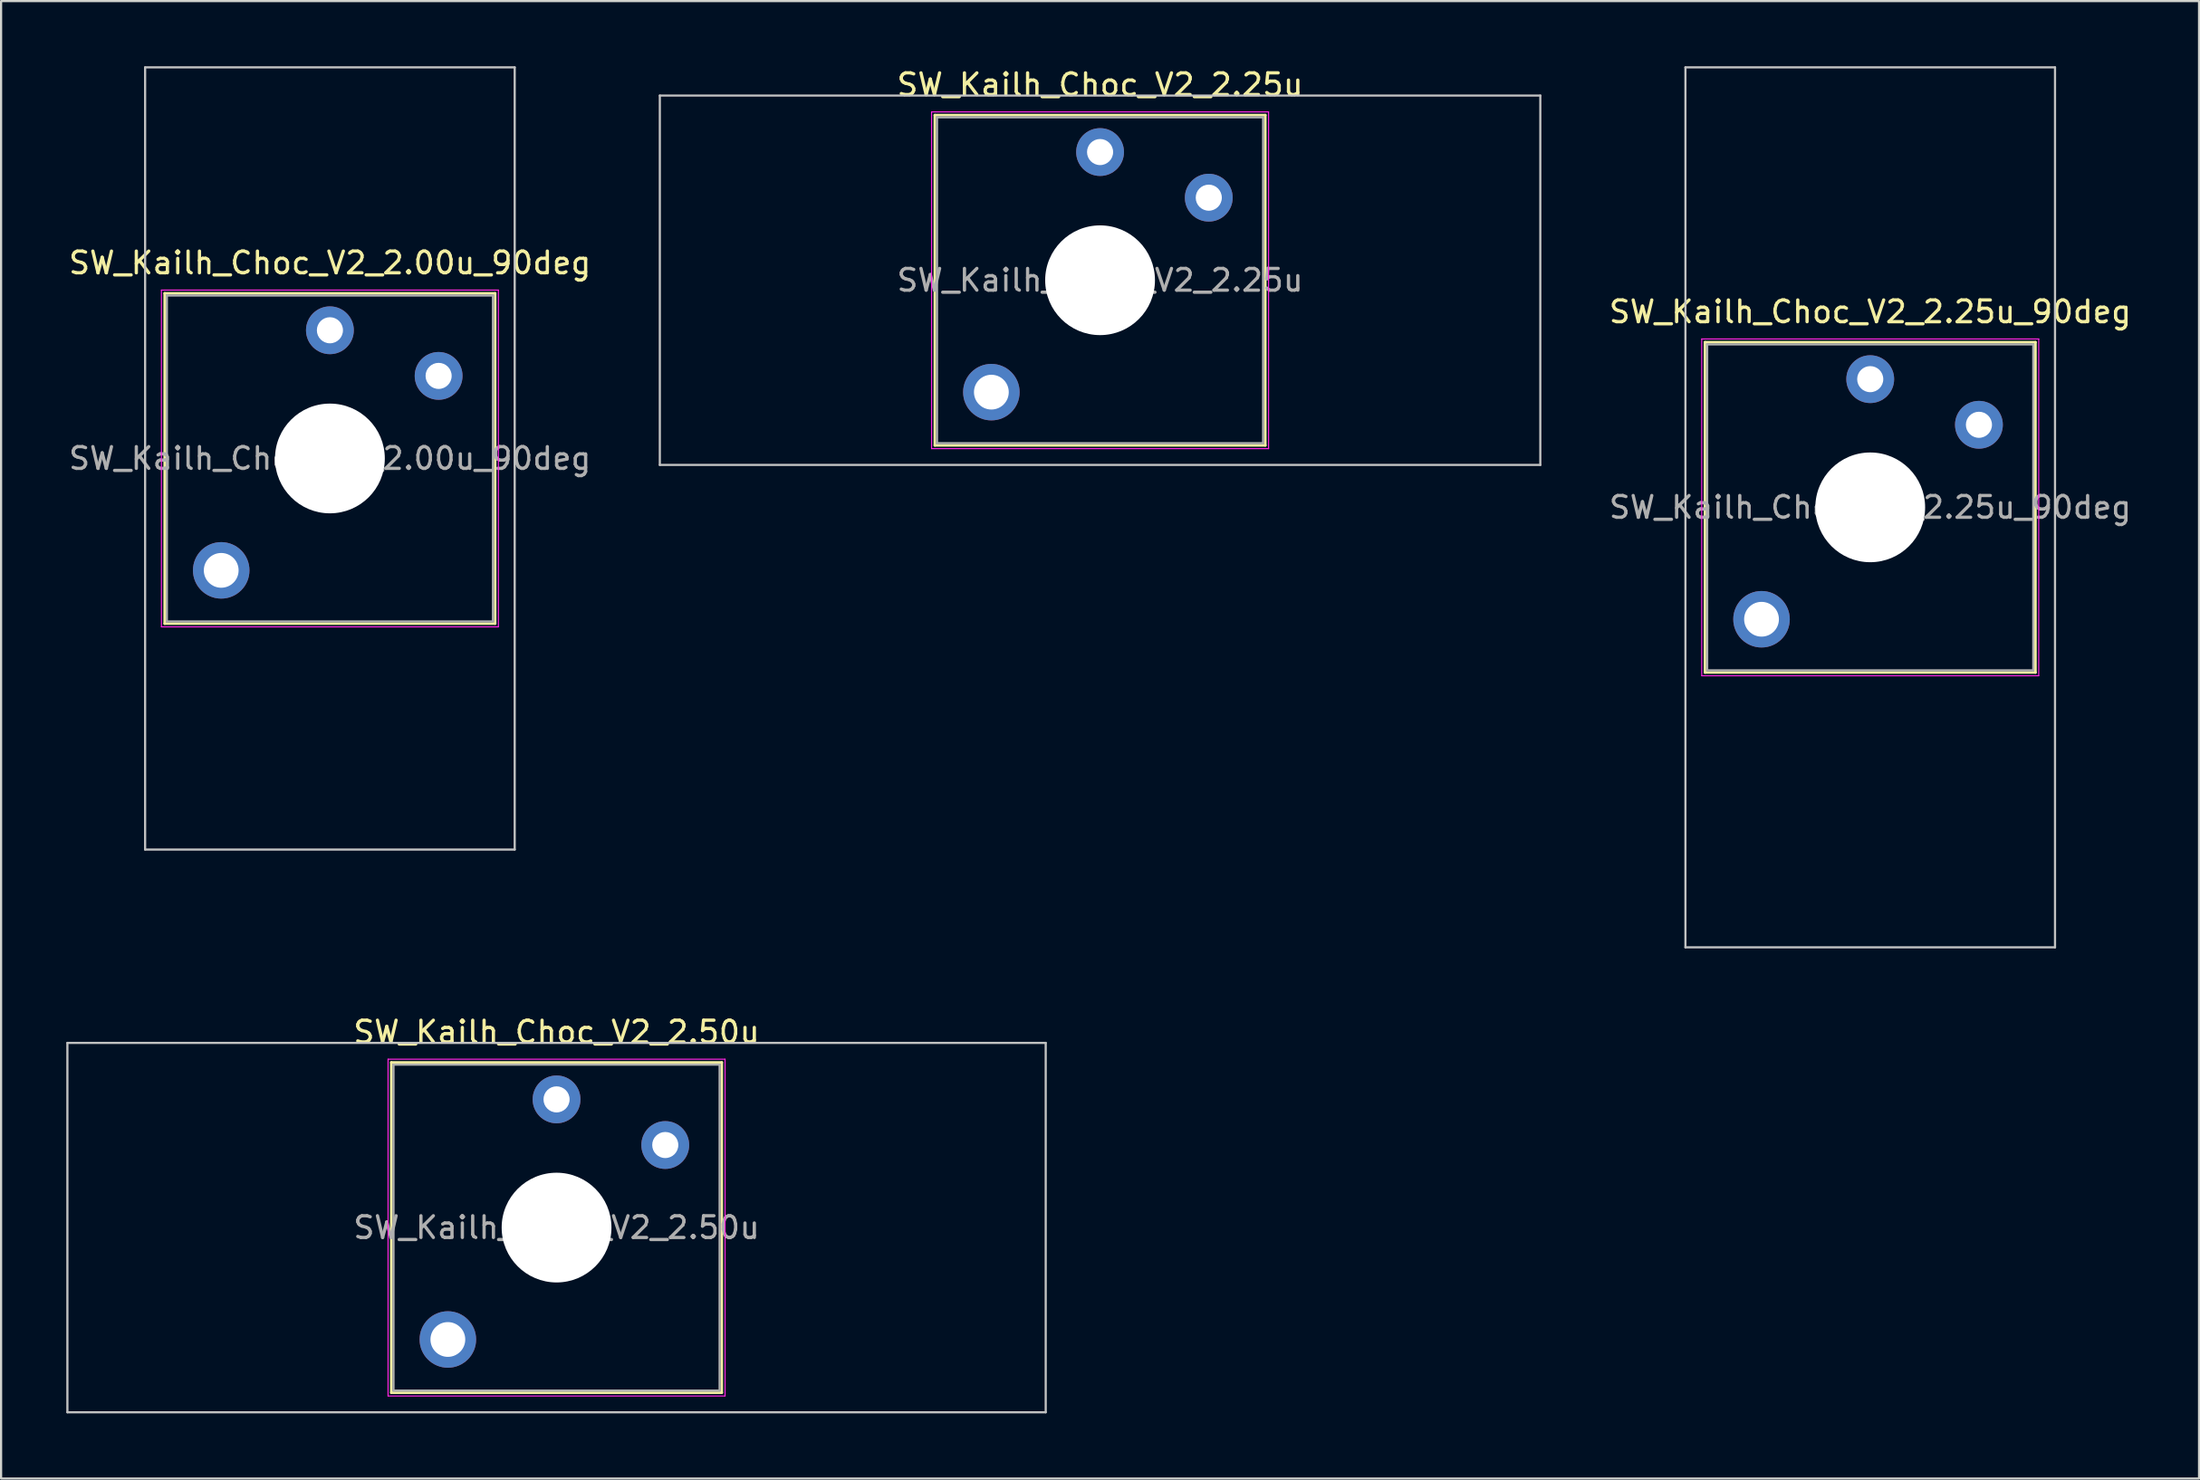
<source format=kicad_pcb>
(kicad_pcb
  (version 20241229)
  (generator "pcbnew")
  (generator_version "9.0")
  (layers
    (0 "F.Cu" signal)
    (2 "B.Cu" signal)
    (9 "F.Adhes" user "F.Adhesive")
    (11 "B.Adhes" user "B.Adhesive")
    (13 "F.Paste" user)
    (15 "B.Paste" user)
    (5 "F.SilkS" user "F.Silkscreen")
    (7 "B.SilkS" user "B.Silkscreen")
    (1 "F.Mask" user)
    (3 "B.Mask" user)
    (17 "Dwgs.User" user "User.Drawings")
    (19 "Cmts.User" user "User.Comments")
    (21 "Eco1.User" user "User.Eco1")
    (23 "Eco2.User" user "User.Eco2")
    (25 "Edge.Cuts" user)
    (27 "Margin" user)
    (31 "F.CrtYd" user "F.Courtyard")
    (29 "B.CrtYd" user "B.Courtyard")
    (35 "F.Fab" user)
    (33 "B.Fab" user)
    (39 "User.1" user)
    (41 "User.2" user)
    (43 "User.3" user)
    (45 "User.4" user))
  (footprint "SW_Kailh_Choc_V2_2.25u_90deg"
    (layer "F.Cu")
    (at 82.975 20.3)
    (property "Reference" "SW_Kailh_Choc_V2_2.25u_90deg" (at 0 -9 0) (layer "F.SilkS") (effects (font (size 1 1) (thickness 0.15))))
    (attr through_hole)
    (fp_line (start -7.6 -7.6) (end -7.6 7.6) (stroke (width 0.12) (type solid)) (layer "F.SilkS"))
    (fp_line (start -7.6 7.6) (end 7.6 7.6) (stroke (width 0.12) (type solid)) (layer "F.SilkS"))
    (fp_line (start 7.6 -7.6) (end -7.6 -7.6) (stroke (width 0.12) (type solid)) (layer "F.SilkS"))
    (fp_line (start 7.6 7.6) (end 7.6 -7.6) (stroke (width 0.12) (type solid)) (layer "F.SilkS"))
    (fp_line (start -8.5 -20.25) (end 8.5 -20.25) (stroke (width 0.1) (type solid)) (layer "Dwgs.User"))
    (fp_line (start -8.5 20.25) (end -8.5 -20.25) (stroke (width 0.1) (type solid)) (layer "Dwgs.User"))
    (fp_line (start 8.5 -20.25) (end 8.5 20.25) (stroke (width 0.1) (type solid)) (layer "Dwgs.User"))
    (fp_line (start 8.5 20.25) (end -8.5 20.25) (stroke (width 0.1) (type solid)) (layer "Dwgs.User"))
    (fp_line (start -7.25 -7.25) (end -7.25 7.25) (stroke (width 0.1) (type solid)) (layer "Eco1.User"))
    (fp_line (start -7.25 7.25) (end 7.25 7.25) (stroke (width 0.1) (type solid)) (layer "Eco1.User"))
    (fp_line (start 7.25 -7.25) (end -7.25 -7.25) (stroke (width 0.1) (type solid)) (layer "Eco1.User"))
    (fp_line (start 7.25 7.25) (end 7.25 -7.25) (stroke (width 0.1) (type solid)) (layer "Eco1.User"))
    (fp_line (start -7.75 -7.75) (end -7.75 7.75) (stroke (width 0.05) (type solid)) (layer "F.CrtYd"))
    (fp_line (start -7.75 7.75) (end 7.75 7.75) (stroke (width 0.05) (type solid)) (layer "F.CrtYd"))
    (fp_line (start 7.75 -7.75) (end -7.75 -7.75) (stroke (width 0.05) (type solid)) (layer "F.CrtYd"))
    (fp_line (start 7.75 7.75) (end 7.75 -7.75) (stroke (width 0.05) (type solid)) (layer "F.CrtYd"))
    (fp_line (start -7.5 -7.5) (end -7.5 7.5) (stroke (width 0.1) (type solid)) (layer "F.Fab"))
    (fp_line (start -7.5 7.5) (end 7.5 7.5) (stroke (width 0.1) (type solid)) (layer "F.Fab"))
    (fp_line (start 7.5 -7.5) (end -7.5 -7.5) (stroke (width 0.1) (type solid)) (layer "F.Fab"))
    (fp_line (start 7.5 7.5) (end 7.5 -7.5) (stroke (width 0.1) (type solid)) (layer "F.Fab"))
    (fp_text user "${REFERENCE}" (at 0 0 0) (layer "F.Fab") (effects (font (size 1 1) (thickness 0.15))))
    (pad "" smd circle (at -5 5.15) (size 1.65 1.65) (layers "F.Mask"))
    (pad "" thru_hole circle (at -5 5.15) (size 2.6 2.6) (drill 1.6) (layers "*.Cu" "B.Mask"))
    (pad "" smd circle (at 0 -5.9) (size 1.25 1.25) (layers "F.Mask"))
    (pad "" np_thru_hole circle (at 0 0) (size 5.05 5.05) (drill 5.05) (layers "*.Cu" "*.Mask"))
    (pad "" smd circle (at 5 -3.8) (size 1.25 1.25) (layers "F.Mask"))
    (pad "1" thru_hole circle (at 0 -5.9) (size 2.2 2.2) (drill 1.2) (layers "*.Cu" "B.Mask"))
    (pad "2" thru_hole circle (at 5 -3.8) (size 2.2 2.2) (drill 1.2) (layers "*.Cu" "B.Mask")))
  (footprint "SW_Kailh_Choc_V2_2.50u"
    (layer "F.Cu")
    (at 22.55 53.448)
    (property "Reference" "SW_Kailh_Choc_V2_2.50u" (at 0 -9 0) (layer "F.SilkS") (effects (font (size 1 1) (thickness 0.15))))
    (attr through_hole)
    (fp_line (start -7.6 -7.6) (end -7.6 7.6) (stroke (width 0.12) (type solid)) (layer "F.SilkS"))
    (fp_line (start -7.6 7.6) (end 7.6 7.6) (stroke (width 0.12) (type solid)) (layer "F.SilkS"))
    (fp_line (start 7.6 -7.6) (end -7.6 -7.6) (stroke (width 0.12) (type solid)) (layer "F.SilkS"))
    (fp_line (start 7.6 7.6) (end 7.6 -7.6) (stroke (width 0.12) (type solid)) (layer "F.SilkS"))
    (fp_line (start -22.5 -8.5) (end -22.5 8.5) (stroke (width 0.1) (type solid)) (layer "Dwgs.User"))
    (fp_line (start -22.5 8.5) (end 22.5 8.5) (stroke (width 0.1) (type solid)) (layer "Dwgs.User"))
    (fp_line (start 22.5 -8.5) (end -22.5 -8.5) (stroke (width 0.1) (type solid)) (layer "Dwgs.User"))
    (fp_line (start 22.5 8.5) (end 22.5 -8.5) (stroke (width 0.1) (type solid)) (layer "Dwgs.User"))
    (fp_line (start -7.25 -7.25) (end -7.25 7.25) (stroke (width 0.1) (type solid)) (layer "Eco1.User"))
    (fp_line (start -7.25 7.25) (end 7.25 7.25) (stroke (width 0.1) (type solid)) (layer "Eco1.User"))
    (fp_line (start 7.25 -7.25) (end -7.25 -7.25) (stroke (width 0.1) (type solid)) (layer "Eco1.User"))
    (fp_line (start 7.25 7.25) (end 7.25 -7.25) (stroke (width 0.1) (type solid)) (layer "Eco1.User"))
    (fp_line (start -7.75 -7.75) (end -7.75 7.75) (stroke (width 0.05) (type solid)) (layer "F.CrtYd"))
    (fp_line (start -7.75 7.75) (end 7.75 7.75) (stroke (width 0.05) (type solid)) (layer "F.CrtYd"))
    (fp_line (start 7.75 -7.75) (end -7.75 -7.75) (stroke (width 0.05) (type solid)) (layer "F.CrtYd"))
    (fp_line (start 7.75 7.75) (end 7.75 -7.75) (stroke (width 0.05) (type solid)) (layer "F.CrtYd"))
    (fp_line (start -7.5 -7.5) (end -7.5 7.5) (stroke (width 0.1) (type solid)) (layer "F.Fab"))
    (fp_line (start -7.5 7.5) (end 7.5 7.5) (stroke (width 0.1) (type solid)) (layer "F.Fab"))
    (fp_line (start 7.5 -7.5) (end -7.5 -7.5) (stroke (width 0.1) (type solid)) (layer "F.Fab"))
    (fp_line (start 7.5 7.5) (end 7.5 -7.5) (stroke (width 0.1) (type solid)) (layer "F.Fab"))
    (fp_text user "${REFERENCE}" (at 0 0 0) (layer "F.Fab") (effects (font (size 1 1) (thickness 0.15))))
    (pad "" smd circle (at -5 5.15) (size 1.65 1.65) (layers "F.Mask"))
    (pad "" thru_hole circle (at -5 5.15) (size 2.6 2.6) (drill 1.6) (layers "*.Cu" "B.Mask"))
    (pad "" smd circle (at 0 -5.9) (size 1.25 1.25) (layers "F.Mask"))
    (pad "" np_thru_hole circle (at 0 0) (size 5.05 5.05) (drill 5.05) (layers "*.Cu" "*.Mask"))
    (pad "" smd circle (at 5 -3.8) (size 1.25 1.25) (layers "F.Mask"))
    (pad "1" thru_hole circle (at 0 -5.9) (size 2.2 2.2) (drill 1.2) (layers "*.Cu" "B.Mask"))
    (pad "2" thru_hole circle (at 5 -3.8) (size 2.2 2.2) (drill 1.2) (layers "*.Cu" "B.Mask")))
  (footprint "SW_Kailh_Choc_V2_2.25u"
    (layer "F.Cu")
    (at 47.55 9.848)
    (property "Reference" "SW_Kailh_Choc_V2_2.25u" (at 0 -9 0) (layer "F.SilkS") (effects (font (size 1 1) (thickness 0.15))))
    (attr through_hole)
    (fp_line (start -7.6 -7.6) (end -7.6 7.6) (stroke (width 0.12) (type solid)) (layer "F.SilkS"))
    (fp_line (start -7.6 7.6) (end 7.6 7.6) (stroke (width 0.12) (type solid)) (layer "F.SilkS"))
    (fp_line (start 7.6 -7.6) (end -7.6 -7.6) (stroke (width 0.12) (type solid)) (layer "F.SilkS"))
    (fp_line (start 7.6 7.6) (end 7.6 -7.6) (stroke (width 0.12) (type solid)) (layer "F.SilkS"))
    (fp_line (start -20.25 -8.5) (end -20.25 8.5) (stroke (width 0.1) (type solid)) (layer "Dwgs.User"))
    (fp_line (start -20.25 8.5) (end 20.25 8.5) (stroke (width 0.1) (type solid)) (layer "Dwgs.User"))
    (fp_line (start 20.25 -8.5) (end -20.25 -8.5) (stroke (width 0.1) (type solid)) (layer "Dwgs.User"))
    (fp_line (start 20.25 8.5) (end 20.25 -8.5) (stroke (width 0.1) (type solid)) (layer "Dwgs.User"))
    (fp_line (start -7.25 -7.25) (end -7.25 7.25) (stroke (width 0.1) (type solid)) (layer "Eco1.User"))
    (fp_line (start -7.25 7.25) (end 7.25 7.25) (stroke (width 0.1) (type solid)) (layer "Eco1.User"))
    (fp_line (start 7.25 -7.25) (end -7.25 -7.25) (stroke (width 0.1) (type solid)) (layer "Eco1.User"))
    (fp_line (start 7.25 7.25) (end 7.25 -7.25) (stroke (width 0.1) (type solid)) (layer "Eco1.User"))
    (fp_line (start -7.75 -7.75) (end -7.75 7.75) (stroke (width 0.05) (type solid)) (layer "F.CrtYd"))
    (fp_line (start -7.75 7.75) (end 7.75 7.75) (stroke (width 0.05) (type solid)) (layer "F.CrtYd"))
    (fp_line (start 7.75 -7.75) (end -7.75 -7.75) (stroke (width 0.05) (type solid)) (layer "F.CrtYd"))
    (fp_line (start 7.75 7.75) (end 7.75 -7.75) (stroke (width 0.05) (type solid)) (layer "F.CrtYd"))
    (fp_line (start -7.5 -7.5) (end -7.5 7.5) (stroke (width 0.1) (type solid)) (layer "F.Fab"))
    (fp_line (start -7.5 7.5) (end 7.5 7.5) (stroke (width 0.1) (type solid)) (layer "F.Fab"))
    (fp_line (start 7.5 -7.5) (end -7.5 -7.5) (stroke (width 0.1) (type solid)) (layer "F.Fab"))
    (fp_line (start 7.5 7.5) (end 7.5 -7.5) (stroke (width 0.1) (type solid)) (layer "F.Fab"))
    (fp_text user "${REFERENCE}" (at 0 0 0) (layer "F.Fab") (effects (font (size 1 1) (thickness 0.15))))
    (pad "" smd circle (at -5 5.15) (size 1.65 1.65) (layers "F.Mask"))
    (pad "" thru_hole circle (at -5 5.15) (size 2.6 2.6) (drill 1.6) (layers "*.Cu" "B.Mask"))
    (pad "" smd circle (at 0 -5.9) (size 1.25 1.25) (layers "F.Mask"))
    (pad "" np_thru_hole circle (at 0 0) (size 5.05 5.05) (drill 5.05) (layers "*.Cu" "*.Mask"))
    (pad "" smd circle (at 5 -3.8) (size 1.25 1.25) (layers "F.Mask"))
    (pad "1" thru_hole circle (at 0 -5.9) (size 2.2 2.2) (drill 1.2) (layers "*.Cu" "B.Mask"))
    (pad "2" thru_hole circle (at 5 -3.8) (size 2.2 2.2) (drill 1.2) (layers "*.Cu" "B.Mask")))
  (footprint "SW_Kailh_Choc_V2_2.00u_90deg"
    (layer "F.Cu")
    (at 12.125 18.05)
    (property "Reference" "SW_Kailh_Choc_V2_2.00u_90deg" (at 0 -9 0) (layer "F.SilkS") (effects (font (size 1 1) (thickness 0.15))))
    (attr through_hole)
    (fp_line (start -7.6 -7.6) (end -7.6 7.6) (stroke (width 0.12) (type solid)) (layer "F.SilkS"))
    (fp_line (start -7.6 7.6) (end 7.6 7.6) (stroke (width 0.12) (type solid)) (layer "F.SilkS"))
    (fp_line (start 7.6 -7.6) (end -7.6 -7.6) (stroke (width 0.12) (type solid)) (layer "F.SilkS"))
    (fp_line (start 7.6 7.6) (end 7.6 -7.6) (stroke (width 0.12) (type solid)) (layer "F.SilkS"))
    (fp_line (start -8.5 -18) (end 8.5 -18) (stroke (width 0.1) (type solid)) (layer "Dwgs.User"))
    (fp_line (start -8.5 18) (end -8.5 -18) (stroke (width 0.1) (type solid)) (layer "Dwgs.User"))
    (fp_line (start 8.5 -18) (end 8.5 18) (stroke (width 0.1) (type solid)) (layer "Dwgs.User"))
    (fp_line (start 8.5 18) (end -8.5 18) (stroke (width 0.1) (type solid)) (layer "Dwgs.User"))
    (fp_line (start -7.25 -7.25) (end -7.25 7.25) (stroke (width 0.1) (type solid)) (layer "Eco1.User"))
    (fp_line (start -7.25 7.25) (end 7.25 7.25) (stroke (width 0.1) (type solid)) (layer "Eco1.User"))
    (fp_line (start 7.25 -7.25) (end -7.25 -7.25) (stroke (width 0.1) (type solid)) (layer "Eco1.User"))
    (fp_line (start 7.25 7.25) (end 7.25 -7.25) (stroke (width 0.1) (type solid)) (layer "Eco1.User"))
    (fp_line (start -7.75 -7.75) (end -7.75 7.75) (stroke (width 0.05) (type solid)) (layer "F.CrtYd"))
    (fp_line (start -7.75 7.75) (end 7.75 7.75) (stroke (width 0.05) (type solid)) (layer "F.CrtYd"))
    (fp_line (start 7.75 -7.75) (end -7.75 -7.75) (stroke (width 0.05) (type solid)) (layer "F.CrtYd"))
    (fp_line (start 7.75 7.75) (end 7.75 -7.75) (stroke (width 0.05) (type solid)) (layer "F.CrtYd"))
    (fp_line (start -7.5 -7.5) (end -7.5 7.5) (stroke (width 0.1) (type solid)) (layer "F.Fab"))
    (fp_line (start -7.5 7.5) (end 7.5 7.5) (stroke (width 0.1) (type solid)) (layer "F.Fab"))
    (fp_line (start 7.5 -7.5) (end -7.5 -7.5) (stroke (width 0.1) (type solid)) (layer "F.Fab"))
    (fp_line (start 7.5 7.5) (end 7.5 -7.5) (stroke (width 0.1) (type solid)) (layer "F.Fab"))
    (fp_text user "${REFERENCE}" (at 0 0 0) (layer "F.Fab") (effects (font (size 1 1) (thickness 0.15))))
    (pad "" smd circle (at -5 5.15) (size 1.65 1.65) (layers "F.Mask"))
    (pad "" thru_hole circle (at -5 5.15) (size 2.6 2.6) (drill 1.6) (layers "*.Cu" "B.Mask"))
    (pad "" smd circle (at 0 -5.9) (size 1.25 1.25) (layers "F.Mask"))
    (pad "" np_thru_hole circle (at 0 0) (size 5.05 5.05) (drill 5.05) (layers "*.Cu" "*.Mask"))
    (pad "" smd circle (at 5 -3.8) (size 1.25 1.25) (layers "F.Mask"))
    (pad "1" thru_hole circle (at 0 -5.9) (size 2.2 2.2) (drill 1.2) (layers "*.Cu" "B.Mask"))
    (pad "2" thru_hole circle (at 5 -3.8) (size 2.2 2.2) (drill 1.2) (layers "*.Cu" "B.Mask")))
  (gr_rect
    (start -3 -3)
    (end 98.1 64.998)
    (stroke (width 0.1) (type default))
    (fill no)
    (layer "Edge.Cuts")))
</source>
